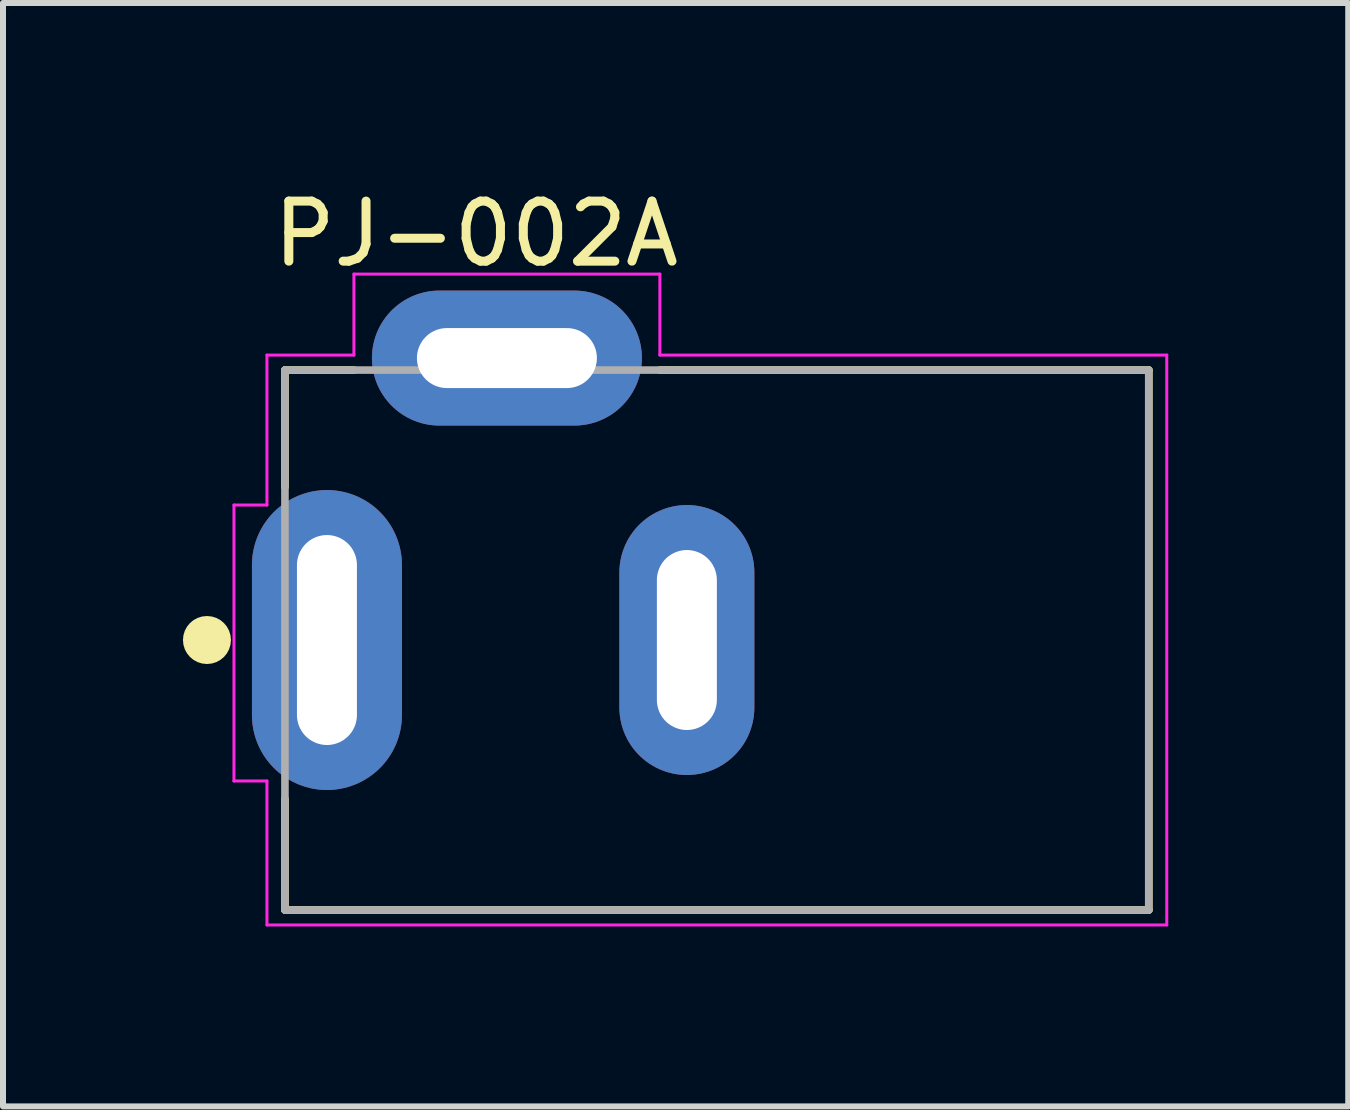
<source format=kicad_pcb>
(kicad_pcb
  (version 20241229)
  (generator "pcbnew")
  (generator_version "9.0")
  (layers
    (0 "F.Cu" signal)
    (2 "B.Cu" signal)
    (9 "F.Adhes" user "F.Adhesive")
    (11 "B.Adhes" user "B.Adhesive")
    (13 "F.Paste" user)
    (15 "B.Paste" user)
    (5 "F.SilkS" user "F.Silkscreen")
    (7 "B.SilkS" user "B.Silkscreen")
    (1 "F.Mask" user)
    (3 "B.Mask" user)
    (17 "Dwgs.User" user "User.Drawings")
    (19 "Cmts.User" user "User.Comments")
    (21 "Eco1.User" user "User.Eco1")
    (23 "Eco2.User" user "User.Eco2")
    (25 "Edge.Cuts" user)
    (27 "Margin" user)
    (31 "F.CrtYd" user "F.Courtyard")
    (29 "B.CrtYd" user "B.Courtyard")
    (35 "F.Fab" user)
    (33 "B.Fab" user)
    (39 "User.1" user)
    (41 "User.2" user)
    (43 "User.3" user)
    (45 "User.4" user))
  (footprint "PJ-002A"
    (layer "F.Cu")
    (at 2.4 7.619)
    (property "Reference" "PJ-002A" (at 2.487 -6.771 0) (layer "F.SilkS") (effects (font (size 1.001 1.001) (thickness 0.15))))
    (attr through_hole)
    (fp_line (start -0.7 -4.5) (end 0.45 -4.5) (stroke (width 0.127) (type solid)) (layer "F.SilkS"))
    (fp_line (start -0.7 -2.55) (end -0.7 -4.5) (stroke (width 0.127) (type solid)) (layer "F.SilkS"))
    (fp_line (start -0.7 4.5) (end -0.7 2.65) (stroke (width 0.127) (type solid)) (layer "F.SilkS"))
    (fp_line (start 5.55 -4.5) (end 13.7 -4.5) (stroke (width 0.127) (type solid)) (layer "F.SilkS"))
    (fp_line (start 13.7 -4.5) (end 13.7 4.5) (stroke (width 0.127) (type solid)) (layer "F.SilkS"))
    (fp_line (start 13.7 4.5) (end -0.7 4.5) (stroke (width 0.127) (type solid)) (layer "F.SilkS"))
    (fp_circle (center -2 0) (end -1.8 0) (stroke (width 0.4) (type solid)) (fill no) (layer "F.SilkS"))
    (fp_line (start -1.55 -2.25) (end -1.55 2.35) (stroke (width 0.05) (type solid)) (layer "F.CrtYd"))
    (fp_line (start -1.55 2.35) (end -1 2.35) (stroke (width 0.05) (type solid)) (layer "F.CrtYd"))
    (fp_line (start -1 -4.75) (end 0.45 -4.75) (stroke (width 0.05) (type solid)) (layer "F.CrtYd"))
    (fp_line (start -1 -2.25) (end -1.55 -2.25) (stroke (width 0.05) (type solid)) (layer "F.CrtYd"))
    (fp_line (start -1 -2.25) (end -1 -4.75) (stroke (width 0.05) (type solid)) (layer "F.CrtYd"))
    (fp_line (start -1 4.75) (end -1 2.35) (stroke (width 0.05) (type solid)) (layer "F.CrtYd"))
    (fp_line (start 0.45 -6.1) (end 5.55 -6.1) (stroke (width 0.05) (type solid)) (layer "F.CrtYd"))
    (fp_line (start 0.45 -4.75) (end 0.45 -6.1) (stroke (width 0.05) (type solid)) (layer "F.CrtYd"))
    (fp_line (start 5.55 -6.1) (end 5.55 -4.75) (stroke (width 0.05) (type solid)) (layer "F.CrtYd"))
    (fp_line (start 5.55 -4.75) (end 14 -4.75) (stroke (width 0.05) (type solid)) (layer "F.CrtYd"))
    (fp_line (start 14 -4.75) (end 14 4.75) (stroke (width 0.05) (type solid)) (layer "F.CrtYd"))
    (fp_line (start 14 4.75) (end -1 4.75) (stroke (width 0.05) (type solid)) (layer "F.CrtYd"))
    (fp_line (start -0.7 -4.5) (end 13.7 -4.5) (stroke (width 0.127) (type solid)) (layer "F.Fab"))
    (fp_line (start -0.7 4.5) (end -0.7 -4.5) (stroke (width 0.127) (type solid)) (layer "F.Fab"))
    (fp_line (start 13.7 -4.5) (end 13.7 4.5) (stroke (width 0.127) (type solid)) (layer "F.Fab"))
    (fp_line (start 13.7 4.5) (end -0.7 4.5) (stroke (width 0.127) (type solid)) (layer "F.Fab"))
    (pad "1" thru_hole oval (at 0 0) (size 2.5 5) (drill oval 1 3.5) (layers "*.Cu" "*.Mask"))
    (pad "2" thru_hole oval (at 6 0) (size 2.25 4.5) (drill oval 1 3) (layers "*.Cu" "*.Mask"))
    (pad "3" thru_hole oval (at 3 -4.7) (size 4.5 2.25) (drill oval 3 1) (layers "*.Cu" "*.Mask")))
  (gr_rect
    (start -3 -3)
    (end 19.425 15.394)
    (stroke (width 0.1) (type default))
    (fill no)
    (layer "Edge.Cuts")))
</source>
